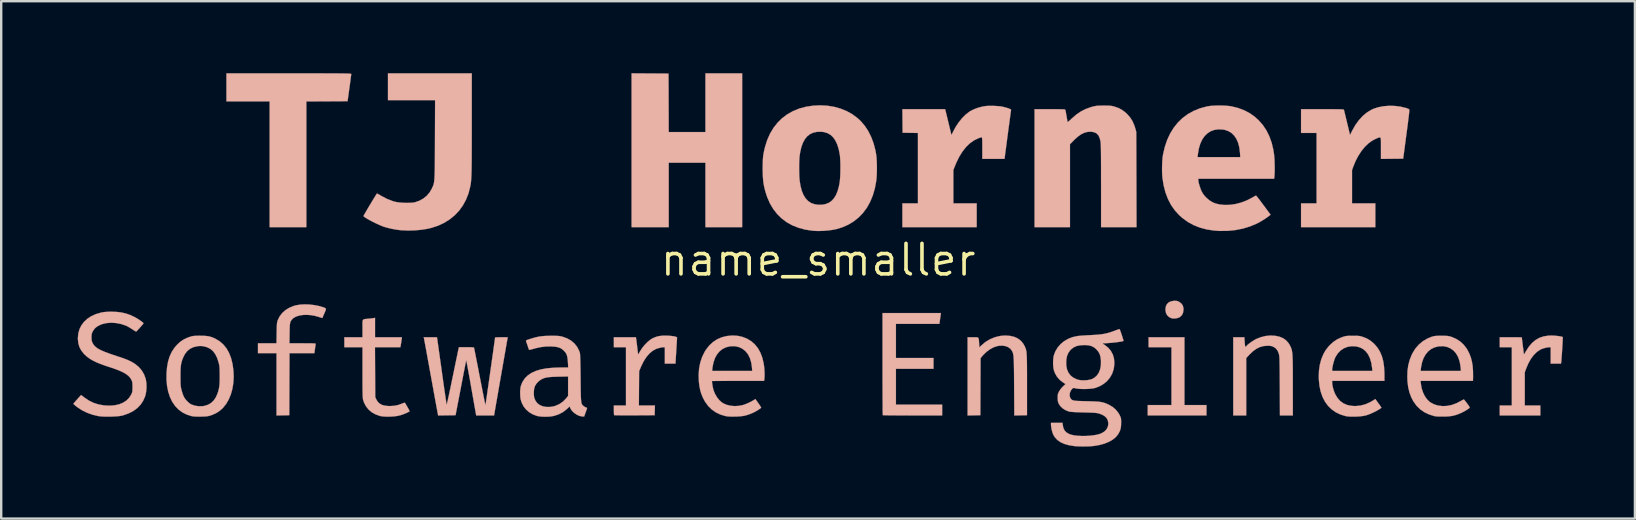
<source format=kicad_pcb>
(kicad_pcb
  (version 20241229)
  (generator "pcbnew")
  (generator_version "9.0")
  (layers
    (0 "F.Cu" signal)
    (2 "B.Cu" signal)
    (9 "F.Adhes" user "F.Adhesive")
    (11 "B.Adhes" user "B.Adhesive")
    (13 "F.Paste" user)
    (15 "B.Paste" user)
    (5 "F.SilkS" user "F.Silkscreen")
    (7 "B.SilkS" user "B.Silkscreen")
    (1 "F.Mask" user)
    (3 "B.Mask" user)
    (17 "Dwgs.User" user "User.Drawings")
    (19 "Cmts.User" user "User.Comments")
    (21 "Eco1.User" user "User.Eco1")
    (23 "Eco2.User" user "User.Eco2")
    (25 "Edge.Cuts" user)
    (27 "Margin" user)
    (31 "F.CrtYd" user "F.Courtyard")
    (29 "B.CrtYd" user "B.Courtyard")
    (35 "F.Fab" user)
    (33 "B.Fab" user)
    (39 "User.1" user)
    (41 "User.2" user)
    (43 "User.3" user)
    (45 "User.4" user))
  (footprint "name_smaller"
    (layer "F.Cu")
    (at 31.031 7.778)
    (property "Reference" "name_smaller" (at 0 0 0) (layer "F.SilkS") (effects (font (size 1.27 1.27) (thickness 0.15))))
    (attr through_hole)
    (fp_poly (pts (xy 15.257 6.045) (xy 16.175 6.045) (xy 16.175 6.477) (xy 13.728 6.477) (xy 13.728 6.045) (xy 14.717 6.045) (xy 14.717 3.634) (xy 13.764 3.634) (xy 13.764 3.221) (xy 15.257 3.221) (xy 15.257 6.045)) (stroke (width 0.01) (type solid)) (fill yes) (layer "B.SilkS"))
    (fp_poly (pts (xy -6.234 -7.763) (xy -6.229 -6.544) (xy -6.225 -5.326) (xy -4.696 -5.326) (xy -4.696 -7.772) (xy -3.167 -7.772) (xy -3.167 -1.367) (xy -4.696 -1.367) (xy -4.696 -4.048) (xy -6.225 -4.048) (xy -6.225 -1.367) (xy -7.772 -1.367) (xy -7.772 -7.773) (xy -6.234 -7.763)) (stroke (width 0.01) (type solid)) (fill yes) (layer "B.SilkS"))
    (fp_poly (pts (xy 14.919 1.705) (xy 14.973 1.716) (xy 15.025 1.739) (xy 15.051 1.755) (xy 15.137 1.824) (xy 15.191 1.908) (xy 15.216 2.011) (xy 15.217 2.089) (xy 15.197 2.207) (xy 15.149 2.302) (xy 15.074 2.373) (xy 15.039 2.394) (xy 14.95 2.425) (xy 14.849 2.439) (xy 14.753 2.435) (xy 14.717 2.427) (xy 14.617 2.379) (xy 14.54 2.306) (xy 14.489 2.211) (xy 14.467 2.095) (xy 14.466 2.064) (xy 14.48 1.946) (xy 14.523 1.849) (xy 14.592 1.776) (xy 14.687 1.727) (xy 14.805 1.704) (xy 14.846 1.702) (xy 14.919 1.705)) (stroke (width 0.01) (type solid)) (fill yes) (layer "B.SilkS"))
    (fp_poly (pts (xy -21.691 -7.772) (xy -21.368 -7.772) (xy -21.077 -7.772) (xy -20.818 -7.772) (xy -20.587 -7.772) (xy -20.384 -7.771) (xy -20.206 -7.771) (xy -20.052 -7.77) (xy -19.921 -7.769) (xy -19.81 -7.768) (xy -19.718 -7.766) (xy -19.643 -7.765) (xy -19.583 -7.763) (xy -19.537 -7.76) (xy -19.503 -7.758) (xy -19.479 -7.755) (xy -19.463 -7.752) (xy -19.454 -7.748) (xy -19.451 -7.744) (xy -19.45 -7.741) (xy -19.453 -7.716) (xy -19.46 -7.66) (xy -19.471 -7.577) (xy -19.485 -7.473) (xy -19.501 -7.351) (xy -19.519 -7.218) (xy -19.527 -7.161) (xy -19.603 -6.612) (xy -20.461 -6.607) (xy -21.32 -6.603) (xy -21.32 -1.367) (xy -22.849 -1.367) (xy -22.849 -6.603) (xy -24.649 -6.603) (xy -24.649 -7.772) (xy -22.049 -7.772) (xy -21.691 -7.772)) (stroke (width 0.01) (type solid)) (fill yes) (layer "B.SilkS"))
    (fp_poly (pts (xy 5.104 2.28) (xy 5.097 2.33) (xy 5.086 2.402) (xy 5.075 2.483) (xy 5.072 2.505) (xy 5.05 2.663) (xy 3.239 2.663) (xy 3.239 4.084) (xy 4.804 4.084) (xy 4.804 4.534) (xy 3.239 4.534) (xy 3.239 6.027) (xy 5.164 6.027) (xy 5.164 6.477) (xy 3.934 6.477) (xy 3.727 6.477) (xy 3.531 6.476) (xy 3.348 6.476) (xy 3.181 6.474) (xy 3.034 6.473) (xy 2.91 6.472) (xy 2.811 6.47) (xy 2.74 6.468) (xy 2.7 6.466) (xy 2.693 6.465) (xy 2.691 6.446) (xy 2.69 6.393) (xy 2.688 6.308) (xy 2.687 6.195) (xy 2.686 6.054) (xy 2.685 5.888) (xy 2.684 5.7) (xy 2.683 5.492) (xy 2.682 5.265) (xy 2.681 5.023) (xy 2.681 4.767) (xy 2.681 4.499) (xy 2.681 4.333) (xy 2.681 2.213) (xy 5.114 2.213) (xy 5.104 2.28)) (stroke (width 0.01) (type solid)) (fill yes) (layer "B.SilkS"))
    (fp_poly (pts (xy -21.197 1.857) (xy -20.997 1.88) (xy -20.803 1.917) (xy -20.678 1.952) (xy -20.597 1.978) (xy -20.542 1.999) (xy -20.513 2.022) (xy -20.506 2.053) (xy -20.518 2.101) (xy -20.547 2.171) (xy -20.571 2.226) (xy -20.656 2.422) (xy -20.804 2.373) (xy -20.976 2.325) (xy -21.148 2.297) (xy -21.317 2.286) (xy -21.477 2.293) (xy -21.622 2.318) (xy -21.749 2.359) (xy -21.851 2.416) (xy -21.898 2.459) (xy -21.933 2.497) (xy -21.96 2.533) (xy -21.98 2.571) (xy -21.994 2.617) (xy -22.004 2.676) (xy -22.011 2.753) (xy -22.015 2.852) (xy -22.017 2.98) (xy -22.018 3.054) (xy -22.024 3.472) (xy -21.473 3.472) (xy -21.318 3.473) (xy -21.195 3.473) (xy -21.1 3.474) (xy -21.031 3.476) (xy -20.983 3.479) (xy -20.952 3.483) (xy -20.936 3.488) (xy -20.93 3.495) (xy -20.931 3.504) (xy -20.937 3.535) (xy -20.946 3.592) (xy -20.956 3.665) (xy -20.962 3.711) (xy -20.985 3.886) (xy -22.022 3.886) (xy -22.031 6.468) (xy -22.296 6.473) (xy -22.562 6.478) (xy -22.562 3.886) (xy -23.335 3.886) (xy -23.335 3.472) (xy -22.564 3.472) (xy -22.557 3.045) (xy -22.555 2.907) (xy -22.552 2.8) (xy -22.548 2.717) (xy -22.543 2.654) (xy -22.537 2.605) (xy -22.528 2.565) (xy -22.517 2.528) (xy -22.51 2.51) (xy -22.433 2.352) (xy -22.326 2.212) (xy -22.192 2.091) (xy -22.032 1.993) (xy -21.85 1.918) (xy -21.747 1.889) (xy -21.582 1.862) (xy -21.396 1.851) (xy -21.197 1.857)) (stroke (width 0.01) (type solid)) (fill yes) (layer "B.SilkS"))
    (fp_poly (pts (xy 7.993 3.163) (xy 8.166 3.203) (xy 8.314 3.27) (xy 8.439 3.364) (xy 8.541 3.485) (xy 8.599 3.588) (xy 8.617 3.628) (xy 8.633 3.665) (xy 8.647 3.703) (xy 8.659 3.744) (xy 8.669 3.792) (xy 8.677 3.848) (xy 8.683 3.915) (xy 8.688 3.997) (xy 8.692 4.096) (xy 8.695 4.215) (xy 8.697 4.356) (xy 8.698 4.522) (xy 8.699 4.715) (xy 8.699 4.94) (xy 8.699 5.197) (xy 8.699 6.468) (xy 8.435 6.473) (xy 8.17 6.478) (xy 8.163 5.268) (xy 8.161 5.017) (xy 8.16 4.799) (xy 8.158 4.612) (xy 8.155 4.453) (xy 8.153 4.319) (xy 8.149 4.207) (xy 8.145 4.115) (xy 8.139 4.04) (xy 8.133 3.98) (xy 8.125 3.931) (xy 8.116 3.89) (xy 8.105 3.856) (xy 8.092 3.826) (xy 8.078 3.796) (xy 8.078 3.795) (xy 8.012 3.704) (xy 7.92 3.635) (xy 7.808 3.59) (xy 7.677 3.57) (xy 7.533 3.576) (xy 7.47 3.587) (xy 7.315 3.636) (xy 7.161 3.718) (xy 7.012 3.827) (xy 6.875 3.961) (xy 6.839 4.003) (xy 6.765 4.092) (xy 6.756 6.468) (xy 6.49 6.473) (xy 6.225 6.478) (xy 6.225 3.221) (xy 6.449 3.221) (xy 6.544 3.22) (xy 6.61 3.222) (xy 6.653 3.233) (xy 6.678 3.257) (xy 6.69 3.3) (xy 6.697 3.368) (xy 6.703 3.463) (xy 6.714 3.643) (xy 6.812 3.548) (xy 6.976 3.412) (xy 7.162 3.302) (xy 7.364 3.219) (xy 7.574 3.167) (xy 7.786 3.149) (xy 7.796 3.149) (xy 7.993 3.163)) (stroke (width 0.01) (type solid)) (fill yes) (layer "B.SilkS"))
    (fp_poly (pts (xy -6.279 3.155) (xy -6.148 3.163) (xy -6.039 3.176) (xy -5.956 3.192) (xy -5.901 3.212) (xy -5.878 3.234) (xy -5.877 3.24) (xy -5.879 3.264) (xy -5.883 3.319) (xy -5.888 3.401) (xy -5.894 3.504) (xy -5.902 3.624) (xy -5.91 3.756) (xy -5.912 3.792) (xy -5.944 4.318) (xy -6.387 4.318) (xy -6.387 3.634) (xy -6.429 3.634) (xy -6.469 3.638) (xy -6.529 3.646) (xy -6.577 3.654) (xy -6.739 3.701) (xy -6.889 3.781) (xy -7.027 3.895) (xy -7.154 4.042) (xy -7.271 4.223) (xy -7.376 4.438) (xy -7.389 4.469) (xy -7.458 4.633) (xy -7.463 5.348) (xy -7.468 6.063) (xy -6.8 6.063) (xy -6.81 6.468) (xy -7.648 6.473) (xy -7.818 6.473) (xy -7.977 6.474) (xy -8.122 6.473) (xy -8.248 6.472) (xy -8.352 6.471) (xy -8.431 6.469) (xy -8.481 6.467) (xy -8.498 6.465) (xy -8.503 6.443) (xy -8.507 6.393) (xy -8.509 6.323) (xy -8.51 6.258) (xy -8.51 6.063) (xy -8.006 6.063) (xy -8.006 3.634) (xy -8.51 3.634) (xy -8.51 3.221) (xy -7.593 3.221) (xy -7.585 3.261) (xy -7.58 3.293) (xy -7.572 3.353) (xy -7.562 3.434) (xy -7.551 3.526) (xy -7.547 3.553) (xy -7.536 3.651) (xy -7.525 3.742) (xy -7.516 3.817) (xy -7.509 3.867) (xy -7.508 3.874) (xy -7.498 3.942) (xy -7.406 3.784) (xy -7.324 3.66) (xy -7.226 3.539) (xy -7.119 3.429) (xy -7.01 3.337) (xy -6.907 3.269) (xy -6.887 3.259) (xy -6.763 3.208) (xy -6.638 3.174) (xy -6.502 3.156) (xy -6.345 3.153) (xy -6.279 3.155)) (stroke (width 0.01) (type solid)) (fill yes) (layer "B.SilkS"))
    (fp_poly (pts (xy 19.053 3.162) (xy 19.226 3.201) (xy 19.375 3.265) (xy 19.499 3.356) (xy 19.6 3.473) (xy 19.656 3.569) (xy 19.677 3.612) (xy 19.696 3.653) (xy 19.711 3.695) (xy 19.725 3.74) (xy 19.736 3.791) (xy 19.745 3.851) (xy 19.753 3.923) (xy 19.759 4.008) (xy 19.763 4.111) (xy 19.767 4.233) (xy 19.769 4.377) (xy 19.771 4.547) (xy 19.772 4.744) (xy 19.772 4.972) (xy 19.772 5.231) (xy 19.773 6.477) (xy 19.235 6.477) (xy 19.229 5.249) (xy 19.227 5.006) (xy 19.226 4.796) (xy 19.225 4.617) (xy 19.223 4.466) (xy 19.221 4.339) (xy 19.219 4.236) (xy 19.217 4.151) (xy 19.214 4.084) (xy 19.21 4.031) (xy 19.206 3.989) (xy 19.201 3.957) (xy 19.195 3.93) (xy 19.191 3.913) (xy 19.148 3.8) (xy 19.092 3.714) (xy 19.018 3.65) (xy 18.968 3.622) (xy 18.913 3.598) (xy 18.864 3.584) (xy 18.806 3.576) (xy 18.728 3.574) (xy 18.704 3.575) (xy 18.546 3.588) (xy 18.397 3.63) (xy 18.253 3.701) (xy 18.112 3.803) (xy 17.969 3.939) (xy 17.956 3.953) (xy 17.83 4.088) (xy 17.83 6.477) (xy 17.29 6.477) (xy 17.29 3.221) (xy 17.754 3.221) (xy 17.767 3.419) (xy 17.775 3.519) (xy 17.784 3.585) (xy 17.795 3.62) (xy 17.809 3.626) (xy 17.826 3.604) (xy 17.829 3.6) (xy 17.859 3.563) (xy 17.914 3.513) (xy 17.986 3.458) (xy 18.068 3.4) (xy 18.153 3.346) (xy 18.233 3.301) (xy 18.251 3.292) (xy 18.441 3.217) (xy 18.639 3.168) (xy 18.835 3.149) (xy 18.855 3.149) (xy 19.053 3.162)) (stroke (width 0.01) (type solid)) (fill yes) (layer "B.SilkS"))
    (fp_poly (pts (xy 30.624 3.151) (xy 30.712 3.158) (xy 30.803 3.168) (xy 30.887 3.18) (xy 30.956 3.193) (xy 31.002 3.206) (xy 31.016 3.213) (xy 31.017 3.232) (xy 31.016 3.282) (xy 31.012 3.356) (xy 31.008 3.45) (xy 31.002 3.558) (xy 30.995 3.674) (xy 30.987 3.793) (xy 30.98 3.909) (xy 30.972 4.017) (xy 30.965 4.112) (xy 30.959 4.188) (xy 30.954 4.239) (xy 30.952 4.251) (xy 30.943 4.318) (xy 30.514 4.318) (xy 30.514 3.634) (xy 30.464 3.635) (xy 30.383 3.643) (xy 30.286 3.663) (xy 30.186 3.692) (xy 30.101 3.726) (xy 30.078 3.737) (xy 29.937 3.833) (xy 29.806 3.962) (xy 29.687 4.123) (xy 29.58 4.313) (xy 29.488 4.531) (xy 29.482 4.548) (xy 29.434 4.68) (xy 29.434 6.063) (xy 30.082 6.063) (xy 30.082 6.477) (xy 28.391 6.477) (xy 28.391 6.063) (xy 28.895 6.063) (xy 28.895 3.634) (xy 28.391 3.634) (xy 28.391 3.221) (xy 28.85 3.221) (xy 28.974 3.221) (xy 29.085 3.221) (xy 29.179 3.222) (xy 29.251 3.223) (xy 29.295 3.224) (xy 29.308 3.225) (xy 29.311 3.243) (xy 29.317 3.292) (xy 29.326 3.365) (xy 29.338 3.458) (xy 29.351 3.564) (xy 29.353 3.58) (xy 29.367 3.689) (xy 29.379 3.784) (xy 29.389 3.861) (xy 29.395 3.915) (xy 29.398 3.939) (xy 29.398 3.94) (xy 29.407 3.929) (xy 29.428 3.894) (xy 29.46 3.84) (xy 29.479 3.808) (xy 29.601 3.618) (xy 29.733 3.463) (xy 29.878 3.34) (xy 30.037 3.248) (xy 30.212 3.187) (xy 30.405 3.155) (xy 30.544 3.149) (xy 30.624 3.151)) (stroke (width 0.01) (type solid)) (fill yes) (layer "B.SilkS"))
    (fp_poly (pts (xy 7.306 -6.418) (xy 7.442 -6.411) (xy 7.568 -6.4) (xy 7.672 -6.384) (xy 7.7 -6.378) (xy 7.836 -6.343) (xy 7.937 -6.311) (xy 8.003 -6.283) (xy 8.034 -6.257) (xy 8.036 -6.246) (xy 8.032 -6.223) (xy 8.024 -6.168) (xy 8.012 -6.083) (xy 7.997 -5.973) (xy 7.979 -5.841) (xy 7.959 -5.689) (xy 7.936 -5.522) (xy 7.912 -5.342) (xy 7.895 -5.213) (xy 7.763 -4.21) (xy 7.3 -4.21) (xy 6.837 -4.21) (xy 6.837 -4.66) (xy 6.837 -4.801) (xy 6.836 -4.909) (xy 6.834 -4.99) (xy 6.831 -5.046) (xy 6.827 -5.082) (xy 6.821 -5.102) (xy 6.813 -5.109) (xy 6.81 -5.11) (xy 6.781 -5.104) (xy 6.729 -5.088) (xy 6.666 -5.065) (xy 6.664 -5.065) (xy 6.488 -4.979) (xy 6.321 -4.86) (xy 6.163 -4.708) (xy 6.017 -4.524) (xy 5.882 -4.31) (xy 5.76 -4.065) (xy 5.692 -3.901) (xy 5.631 -3.744) (xy 5.631 -2.357) (xy 6.603 -2.357) (xy 6.603 -1.367) (xy 3.508 -1.367) (xy 3.508 -2.357) (xy 4.156 -2.357) (xy 4.156 -5.289) (xy 3.837 -5.294) (xy 3.517 -5.299) (xy 3.513 -5.789) (xy 3.508 -6.279) (xy 5.289 -6.279) (xy 5.302 -6.23) (xy 5.309 -6.2) (xy 5.324 -6.14) (xy 5.345 -6.055) (xy 5.37 -5.95) (xy 5.399 -5.83) (xy 5.431 -5.701) (xy 5.433 -5.69) (xy 5.552 -5.2) (xy 5.623 -5.348) (xy 5.731 -5.547) (xy 5.856 -5.734) (xy 5.993 -5.903) (xy 6.138 -6.049) (xy 6.286 -6.166) (xy 6.351 -6.207) (xy 6.486 -6.274) (xy 6.643 -6.334) (xy 6.808 -6.38) (xy 6.944 -6.406) (xy 7.046 -6.416) (xy 7.171 -6.42) (xy 7.306 -6.418)) (stroke (width 0.01) (type solid)) (fill yes) (layer "B.SilkS"))
    (fp_poly (pts (xy 24.022 -6.415) (xy 24.256 -6.385) (xy 24.48 -6.331) (xy 24.488 -6.329) (xy 24.555 -6.306) (xy 24.596 -6.289) (xy 24.616 -6.271) (xy 24.624 -6.248) (xy 24.626 -6.233) (xy 24.624 -6.206) (xy 24.618 -6.146) (xy 24.609 -6.058) (xy 24.595 -5.944) (xy 24.578 -5.808) (xy 24.559 -5.654) (xy 24.537 -5.486) (xy 24.513 -5.305) (xy 24.499 -5.2) (xy 24.369 -4.219) (xy 23.906 -4.214) (xy 23.443 -4.209) (xy 23.443 -4.66) (xy 23.443 -4.804) (xy 23.443 -4.915) (xy 23.441 -4.998) (xy 23.435 -5.054) (xy 23.423 -5.089) (xy 23.405 -5.104) (xy 23.377 -5.105) (xy 23.339 -5.093) (xy 23.289 -5.073) (xy 23.251 -5.057) (xy 23.084 -4.973) (xy 22.922 -4.856) (xy 22.769 -4.708) (xy 22.627 -4.533) (xy 22.497 -4.333) (xy 22.382 -4.112) (xy 22.284 -3.872) (xy 22.238 -3.74) (xy 22.238 -2.357) (xy 23.209 -2.357) (xy 23.209 -1.367) (xy 20.115 -1.367) (xy 20.115 -2.357) (xy 20.762 -2.357) (xy 20.762 -5.29) (xy 20.115 -5.29) (xy 20.115 -6.279) (xy 21.004 -6.279) (xy 21.206 -6.279) (xy 21.375 -6.279) (xy 21.515 -6.278) (xy 21.627 -6.277) (xy 21.715 -6.276) (xy 21.781 -6.274) (xy 21.83 -6.271) (xy 21.863 -6.267) (xy 21.884 -6.263) (xy 21.896 -6.257) (xy 21.901 -6.25) (xy 21.902 -6.248) (xy 21.909 -6.223) (xy 21.922 -6.167) (xy 21.942 -6.086) (xy 21.967 -5.985) (xy 21.995 -5.867) (xy 22.026 -5.738) (xy 22.033 -5.71) (xy 22.155 -5.204) (xy 22.247 -5.389) (xy 22.378 -5.62) (xy 22.525 -5.823) (xy 22.687 -5.999) (xy 22.861 -6.143) (xy 23.047 -6.256) (xy 23.134 -6.296) (xy 23.333 -6.361) (xy 23.553 -6.403) (xy 23.785 -6.421) (xy 24.022 -6.415)) (stroke (width 0.01) (type solid)) (fill yes) (layer "B.SilkS"))
    (fp_poly (pts (xy -18.459 3.221) (xy -17.339 3.221) (xy -17.351 3.315) (xy -17.362 3.388) (xy -17.374 3.472) (xy -17.383 3.522) (xy -17.402 3.634) (xy -18.461 3.634) (xy -18.456 4.673) (xy -18.45 5.712) (xy -18.407 5.808) (xy -18.347 5.908) (xy -18.267 5.985) (xy -18.165 6.04) (xy -18.038 6.073) (xy -17.882 6.087) (xy -17.839 6.087) (xy -17.649 6.075) (xy -17.476 6.037) (xy -17.327 5.981) (xy -17.273 5.959) (xy -17.233 5.949) (xy -17.216 5.95) (xy -17.2 5.973) (xy -17.172 6.018) (xy -17.138 6.078) (xy -17.101 6.142) (xy -17.066 6.205) (xy -17.039 6.257) (xy -17.022 6.29) (xy -17.02 6.297) (xy -17.036 6.315) (xy -17.08 6.341) (xy -17.144 6.372) (xy -17.222 6.405) (xy -17.308 6.438) (xy -17.395 6.466) (xy -17.407 6.47) (xy -17.525 6.497) (xy -17.665 6.516) (xy -17.816 6.526) (xy -17.966 6.528) (xy -18.107 6.521) (xy -18.226 6.504) (xy -18.255 6.498) (xy -18.435 6.435) (xy -18.593 6.346) (xy -18.729 6.231) (xy -18.838 6.093) (xy -18.92 5.934) (xy -18.955 5.827) (xy -18.961 5.8) (xy -18.966 5.762) (xy -18.97 5.711) (xy -18.973 5.644) (xy -18.975 5.559) (xy -18.978 5.452) (xy -18.979 5.32) (xy -18.98 5.162) (xy -18.981 4.974) (xy -18.981 4.754) (xy -18.981 4.682) (xy -18.981 3.634) (xy -19.737 3.634) (xy -19.737 3.221) (xy -18.981 3.221) (xy -18.981 2.852) (xy -18.982 2.726) (xy -18.982 2.631) (xy -18.979 2.563) (xy -18.969 2.517) (xy -18.95 2.488) (xy -18.918 2.47) (xy -18.871 2.461) (xy -18.804 2.455) (xy -18.72 2.447) (xy -18.639 2.438) (xy -18.568 2.429) (xy -18.517 2.422) (xy -18.5 2.419) (xy -18.459 2.41) (xy -18.459 3.221)) (stroke (width 0.01) (type solid)) (fill yes) (layer "B.SilkS"))
    (fp_poly (pts (xy 12.012 -6.428) (xy 12.105 -6.426) (xy 12.178 -6.421) (xy 12.24 -6.412) (xy 12.299 -6.399) (xy 12.33 -6.391) (xy 12.504 -6.331) (xy 12.655 -6.252) (xy 12.796 -6.146) (xy 12.875 -6.072) (xy 12.997 -5.932) (xy 13.094 -5.779) (xy 13.17 -5.605) (xy 13.21 -5.478) (xy 13.25 -5.335) (xy 13.256 -3.351) (xy 13.261 -1.367) (xy 11.785 -1.367) (xy 11.785 -3.095) (xy 11.784 -3.389) (xy 11.784 -3.65) (xy 11.784 -3.878) (xy 11.783 -4.078) (xy 11.782 -4.25) (xy 11.781 -4.398) (xy 11.78 -4.523) (xy 11.778 -4.627) (xy 11.776 -4.714) (xy 11.773 -4.784) (xy 11.77 -4.841) (xy 11.767 -4.887) (xy 11.763 -4.923) (xy 11.758 -4.952) (xy 11.757 -4.962) (xy 11.72 -5.095) (xy 11.669 -5.196) (xy 11.6 -5.268) (xy 11.512 -5.315) (xy 11.401 -5.338) (xy 11.374 -5.341) (xy 11.237 -5.336) (xy 11.103 -5.305) (xy 10.971 -5.244) (xy 10.836 -5.152) (xy 10.695 -5.028) (xy 10.647 -4.98) (xy 10.489 -4.819) (xy 10.489 -1.367) (xy 9.014 -1.367) (xy 9.014 -6.279) (xy 9.651 -6.279) (xy 9.82 -6.279) (xy 9.956 -6.279) (xy 10.064 -6.278) (xy 10.146 -6.276) (xy 10.206 -6.274) (xy 10.247 -6.27) (xy 10.274 -6.266) (xy 10.289 -6.26) (xy 10.296 -6.252) (xy 10.298 -6.248) (xy 10.305 -6.219) (xy 10.315 -6.162) (xy 10.329 -6.085) (xy 10.345 -5.997) (xy 10.347 -5.982) (xy 10.362 -5.895) (xy 10.376 -5.821) (xy 10.386 -5.768) (xy 10.392 -5.743) (xy 10.393 -5.741) (xy 10.407 -5.75) (xy 10.442 -5.78) (xy 10.493 -5.825) (xy 10.554 -5.882) (xy 10.559 -5.887) (xy 10.749 -6.052) (xy 10.942 -6.184) (xy 11.145 -6.287) (xy 11.364 -6.366) (xy 11.423 -6.382) (xy 11.494 -6.4) (xy 11.559 -6.413) (xy 11.625 -6.421) (xy 11.701 -6.426) (xy 11.798 -6.428) (xy 11.892 -6.429) (xy 12.012 -6.428)) (stroke (width 0.01) (type solid)) (fill yes) (layer "B.SilkS"))
    (fp_poly (pts (xy -14.429 -5.669) (xy -14.429 -5.332) (xy -14.43 -5.028) (xy -14.43 -4.756) (xy -14.431 -4.513) (xy -14.432 -4.298) (xy -14.433 -4.109) (xy -14.435 -3.942) (xy -14.437 -3.797) (xy -14.44 -3.671) (xy -14.443 -3.561) (xy -14.447 -3.467) (xy -14.452 -3.385) (xy -14.457 -3.313) (xy -14.463 -3.25) (xy -14.47 -3.193) (xy -14.478 -3.14) (xy -14.487 -3.089) (xy -14.495 -3.05) (xy -14.567 -2.769) (xy -14.67 -2.509) (xy -14.8 -2.27) (xy -14.958 -2.052) (xy -15.143 -1.858) (xy -15.352 -1.687) (xy -15.585 -1.543) (xy -15.841 -1.424) (xy -16.119 -1.334) (xy -16.281 -1.296) (xy -16.535 -1.256) (xy -16.808 -1.232) (xy -17.086 -1.225) (xy -17.354 -1.237) (xy -17.432 -1.244) (xy -17.596 -1.266) (xy -17.769 -1.298) (xy -17.936 -1.338) (xy -18.075 -1.378) (xy -18.162 -1.41) (xy -18.263 -1.452) (xy -18.372 -1.501) (xy -18.485 -1.555) (xy -18.596 -1.611) (xy -18.699 -1.666) (xy -18.791 -1.718) (xy -18.864 -1.764) (xy -18.916 -1.801) (xy -18.939 -1.827) (xy -18.939 -1.827) (xy -18.932 -1.845) (xy -18.908 -1.89) (xy -18.871 -1.955) (xy -18.823 -2.037) (xy -18.768 -2.132) (xy -18.708 -2.234) (xy -18.645 -2.338) (xy -18.583 -2.441) (xy -18.524 -2.538) (xy -18.471 -2.624) (xy -18.427 -2.694) (xy -18.395 -2.744) (xy -18.378 -2.768) (xy -18.361 -2.761) (xy -18.321 -2.74) (xy -18.263 -2.707) (xy -18.21 -2.675) (xy -17.963 -2.544) (xy -17.716 -2.449) (xy -17.635 -2.426) (xy -17.539 -2.406) (xy -17.42 -2.391) (xy -17.288 -2.381) (xy -17.153 -2.376) (xy -17.024 -2.377) (xy -16.909 -2.384) (xy -16.818 -2.397) (xy -16.804 -2.4) (xy -16.617 -2.464) (xy -16.45 -2.555) (xy -16.304 -2.673) (xy -16.184 -2.814) (xy -16.103 -2.953) (xy -16.081 -2.998) (xy -16.062 -3.039) (xy -16.045 -3.077) (xy -16.03 -3.116) (xy -16.017 -3.157) (xy -16.007 -3.203) (xy -15.997 -3.257) (xy -15.99 -3.32) (xy -15.984 -3.396) (xy -15.979 -3.486) (xy -15.975 -3.593) (xy -15.972 -3.72) (xy -15.969 -3.868) (xy -15.968 -4.041) (xy -15.966 -4.24) (xy -15.965 -4.468) (xy -15.964 -4.727) (xy -15.963 -5.006) (xy -15.957 -6.657) (xy -17.92 -6.657) (xy -17.92 -7.772) (xy -14.429 -7.772) (xy -14.429 -5.669)) (stroke (width 0.01) (type solid)) (fill yes) (layer "B.SilkS"))
    (fp_poly (pts (xy 22.376 3.159) (xy 22.461 3.161) (xy 22.527 3.167) (xy 22.584 3.176) (xy 22.64 3.191) (xy 22.669 3.199) (xy 22.844 3.267) (xy 22.996 3.355) (xy 23.138 3.472) (xy 23.173 3.507) (xy 23.3 3.656) (xy 23.403 3.823) (xy 23.482 4.011) (xy 23.539 4.221) (xy 23.573 4.457) (xy 23.587 4.719) (xy 23.587 4.762) (xy 23.587 5.038) (xy 21.41 5.038) (xy 21.41 5.101) (xy 21.419 5.207) (xy 21.445 5.329) (xy 21.483 5.457) (xy 21.531 5.576) (xy 21.539 5.595) (xy 21.633 5.751) (xy 21.746 5.877) (xy 21.88 5.974) (xy 22.034 6.041) (xy 22.209 6.078) (xy 22.375 6.087) (xy 22.588 6.067) (xy 22.793 6.014) (xy 22.993 5.926) (xy 23.107 5.859) (xy 23.209 5.794) (xy 23.277 5.888) (xy 23.35 5.988) (xy 23.403 6.063) (xy 23.438 6.114) (xy 23.456 6.145) (xy 23.46 6.159) (xy 23.46 6.159) (xy 23.375 6.219) (xy 23.265 6.283) (xy 23.14 6.347) (xy 23.011 6.405) (xy 22.886 6.453) (xy 22.804 6.478) (xy 22.712 6.497) (xy 22.595 6.512) (xy 22.464 6.522) (xy 22.327 6.527) (xy 22.196 6.526) (xy 22.079 6.52) (xy 21.987 6.508) (xy 21.975 6.505) (xy 21.757 6.439) (xy 21.561 6.345) (xy 21.388 6.223) (xy 21.238 6.076) (xy 21.111 5.902) (xy 21.009 5.705) (xy 20.932 5.483) (xy 20.881 5.239) (xy 20.855 4.973) (xy 20.852 4.847) (xy 20.862 4.624) (xy 21.41 4.624) (xy 23.087 4.624) (xy 23.075 4.502) (xy 23.041 4.286) (xy 22.986 4.098) (xy 22.911 3.94) (xy 22.815 3.811) (xy 22.699 3.711) (xy 22.563 3.642) (xy 22.406 3.601) (xy 22.395 3.6) (xy 22.22 3.593) (xy 22.056 3.619) (xy 21.904 3.677) (xy 21.768 3.766) (xy 21.652 3.883) (xy 21.557 4.028) (xy 21.541 4.059) (xy 21.51 4.137) (xy 21.478 4.235) (xy 21.45 4.34) (xy 21.427 4.443) (xy 21.413 4.53) (xy 21.41 4.574) (xy 21.41 4.624) (xy 20.862 4.624) (xy 20.863 4.601) (xy 20.895 4.375) (xy 20.951 4.162) (xy 20.97 4.105) (xy 21.049 3.917) (xy 21.143 3.754) (xy 21.26 3.605) (xy 21.328 3.534) (xy 21.471 3.406) (xy 21.621 3.308) (xy 21.788 3.23) (xy 21.857 3.206) (xy 21.916 3.187) (xy 21.969 3.174) (xy 22.026 3.166) (xy 22.094 3.161) (xy 22.184 3.159) (xy 22.265 3.159) (xy 22.376 3.159)) (stroke (width 0.01) (type solid)) (fill yes) (layer "B.SilkS"))
    (fp_poly (pts (xy 26.072 3.16) (xy 26.155 3.162) (xy 26.219 3.167) (xy 26.273 3.175) (xy 26.324 3.188) (xy 26.383 3.207) (xy 26.385 3.207) (xy 26.578 3.29) (xy 26.749 3.401) (xy 26.897 3.539) (xy 27.023 3.705) (xy 27.125 3.899) (xy 27.191 4.075) (xy 27.233 4.238) (xy 27.262 4.416) (xy 27.277 4.613) (xy 27.28 4.837) (xy 27.279 4.907) (xy 27.275 5.038) (xy 25.093 5.038) (xy 25.105 5.152) (xy 25.136 5.337) (xy 25.19 5.509) (xy 25.264 5.664) (xy 25.355 5.797) (xy 25.46 5.902) (xy 25.504 5.934) (xy 25.661 6.017) (xy 25.832 6.068) (xy 26.014 6.089) (xy 26.204 6.08) (xy 26.397 6.04) (xy 26.59 5.969) (xy 26.738 5.893) (xy 26.802 5.857) (xy 26.855 5.829) (xy 26.889 5.813) (xy 26.895 5.811) (xy 26.911 5.825) (xy 26.941 5.861) (xy 26.982 5.912) (xy 27.027 5.972) (xy 27.07 6.032) (xy 27.108 6.086) (xy 27.134 6.127) (xy 27.142 6.142) (xy 27.132 6.162) (xy 27.095 6.193) (xy 27.038 6.232) (xy 26.968 6.276) (xy 26.889 6.32) (xy 26.81 6.36) (xy 26.754 6.385) (xy 26.631 6.435) (xy 26.52 6.471) (xy 26.412 6.496) (xy 26.296 6.512) (xy 26.161 6.521) (xy 26.061 6.524) (xy 25.91 6.524) (xy 25.79 6.52) (xy 25.701 6.511) (xy 25.674 6.506) (xy 25.452 6.438) (xy 25.253 6.343) (xy 25.077 6.221) (xy 24.926 6.072) (xy 24.797 5.895) (xy 24.712 5.735) (xy 24.632 5.525) (xy 24.577 5.296) (xy 24.548 5.045) (xy 24.541 4.849) (xy 24.55 4.624) (xy 25.095 4.624) (xy 26.775 4.624) (xy 26.762 4.484) (xy 26.75 4.392) (xy 26.733 4.291) (xy 26.716 4.213) (xy 26.657 4.043) (xy 26.574 3.897) (xy 26.469 3.778) (xy 26.345 3.687) (xy 26.203 3.625) (xy 26.047 3.594) (xy 25.877 3.596) (xy 25.845 3.6) (xy 25.681 3.64) (xy 25.535 3.71) (xy 25.408 3.81) (xy 25.302 3.937) (xy 25.216 4.092) (xy 25.153 4.272) (xy 25.112 4.478) (xy 25.108 4.511) (xy 25.095 4.624) (xy 24.55 4.624) (xy 24.551 4.605) (xy 24.582 4.382) (xy 24.638 4.173) (xy 24.718 3.968) (xy 24.762 3.877) (xy 24.876 3.693) (xy 25.018 3.529) (xy 25.182 3.39) (xy 25.367 3.279) (xy 25.539 3.207) (xy 25.598 3.189) (xy 25.65 3.175) (xy 25.704 3.167) (xy 25.767 3.162) (xy 25.85 3.16) (xy 25.959 3.159) (xy 25.962 3.159) (xy 26.072 3.16)) (stroke (width 0.01) (type solid)) (fill yes) (layer "B.SilkS"))
    (fp_poly (pts (xy -3.345 3.162) (xy -3.152 3.206) (xy -2.963 3.281) (xy -2.955 3.285) (xy -2.784 3.388) (xy -2.636 3.519) (xy -2.51 3.677) (xy -2.407 3.862) (xy -2.327 4.072) (xy -2.271 4.308) (xy -2.25 4.455) (xy -2.239 4.574) (xy -2.233 4.698) (xy -2.232 4.815) (xy -2.236 4.914) (xy -2.243 4.97) (xy -2.254 5.038) (xy -3.34 5.038) (xy -3.534 5.038) (xy -3.717 5.038) (xy -3.885 5.039) (xy -4.037 5.039) (xy -4.168 5.04) (xy -4.275 5.041) (xy -4.356 5.043) (xy -4.408 5.044) (xy -4.426 5.045) (xy -4.426 5.045) (xy -4.422 5.09) (xy -4.413 5.158) (xy -4.4 5.238) (xy -4.385 5.318) (xy -4.37 5.386) (xy -4.36 5.424) (xy -4.297 5.578) (xy -4.215 5.72) (xy -4.117 5.842) (xy -4.008 5.938) (xy -3.962 5.968) (xy -3.823 6.031) (xy -3.664 6.071) (xy -3.492 6.088) (xy -3.317 6.08) (xy -3.145 6.048) (xy -3.142 6.047) (xy -3.038 6.012) (xy -2.919 5.963) (xy -2.8 5.905) (xy -2.695 5.846) (xy -2.671 5.831) (xy -2.616 5.794) (xy -2.495 5.964) (xy -2.448 6.032) (xy -2.409 6.09) (xy -2.383 6.132) (xy -2.375 6.15) (xy -2.39 6.17) (xy -2.43 6.201) (xy -2.488 6.24) (xy -2.558 6.283) (xy -2.633 6.325) (xy -2.706 6.361) (xy -2.721 6.368) (xy -2.858 6.426) (xy -2.985 6.468) (xy -3.11 6.497) (xy -3.247 6.514) (xy -3.405 6.523) (xy -3.445 6.524) (xy -3.608 6.525) (xy -3.736 6.52) (xy -3.832 6.509) (xy -3.85 6.505) (xy -4.064 6.444) (xy -4.257 6.352) (xy -4.43 6.232) (xy -4.582 6.082) (xy -4.712 5.904) (xy -4.796 5.748) (xy -4.86 5.598) (xy -4.908 5.445) (xy -4.943 5.279) (xy -4.967 5.09) (xy -4.969 5.069) (xy -4.979 4.791) (xy -4.967 4.624) (xy -4.419 4.624) (xy -2.747 4.624) (xy -2.758 4.48) (xy -2.787 4.277) (xy -2.84 4.098) (xy -2.915 3.943) (xy -3.013 3.816) (xy -3.028 3.8) (xy -3.155 3.699) (xy -3.297 3.631) (xy -3.453 3.595) (xy -3.623 3.593) (xy -3.679 3.599) (xy -3.84 3.639) (xy -3.984 3.709) (xy -4.109 3.808) (xy -4.214 3.935) (xy -4.299 4.089) (xy -4.361 4.269) (xy -4.401 4.473) (xy -4.404 4.493) (xy -4.419 4.624) (xy -4.967 4.624) (xy -4.96 4.523) (xy -4.91 4.27) (xy -4.83 4.034) (xy -4.722 3.816) (xy -4.674 3.74) (xy -4.537 3.564) (xy -4.38 3.419) (xy -4.205 3.304) (xy -4.012 3.221) (xy -3.802 3.169) (xy -3.577 3.149) (xy -3.551 3.149) (xy -3.345 3.162)) (stroke (width 0.01) (type solid)) (fill yes) (layer "B.SilkS"))
    (fp_poly (pts (xy 0.383 -6.424) (xy 0.667 -6.378) (xy 0.937 -6.302) (xy 1.191 -6.198) (xy 1.426 -6.067) (xy 1.64 -5.908) (xy 1.772 -5.785) (xy 1.94 -5.589) (xy 2.087 -5.366) (xy 2.21 -5.119) (xy 2.31 -4.852) (xy 2.384 -4.567) (xy 2.418 -4.378) (xy 2.432 -4.247) (xy 2.441 -4.092) (xy 2.446 -3.921) (xy 2.446 -3.745) (xy 2.442 -3.573) (xy 2.432 -3.417) (xy 2.419 -3.292) (xy 2.361 -2.979) (xy 2.276 -2.688) (xy 2.166 -2.422) (xy 2.031 -2.179) (xy 1.871 -1.962) (xy 1.688 -1.771) (xy 1.481 -1.606) (xy 1.252 -1.468) (xy 1.001 -1.358) (xy 0.769 -1.287) (xy 0.601 -1.253) (xy 0.411 -1.228) (xy 0.211 -1.212) (xy 0.012 -1.206) (xy -0.172 -1.212) (xy -0.234 -1.218) (xy -0.535 -1.263) (xy -0.815 -1.338) (xy -1.073 -1.44) (xy -1.308 -1.57) (xy -1.519 -1.728) (xy -1.707 -1.912) (xy -1.871 -2.122) (xy -2.011 -2.359) (xy -2.125 -2.622) (xy -2.195 -2.836) (xy -2.233 -2.982) (xy -2.263 -3.119) (xy -2.284 -3.254) (xy -2.298 -3.397) (xy -2.307 -3.556) (xy -2.311 -3.739) (xy -2.311 -3.814) (xy -2.311 -3.822) (xy -0.793 -3.822) (xy -0.791 -3.672) (xy -0.788 -3.531) (xy -0.781 -3.407) (xy -0.773 -3.31) (xy -0.735 -3.078) (xy -0.682 -2.877) (xy -0.612 -2.708) (xy -0.526 -2.569) (xy -0.423 -2.459) (xy -0.303 -2.377) (xy -0.287 -2.369) (xy -0.148 -2.32) (xy 0.008 -2.297) (xy 0.171 -2.301) (xy 0.297 -2.324) (xy 0.432 -2.374) (xy 0.55 -2.452) (xy 0.652 -2.559) (xy 0.738 -2.696) (xy 0.808 -2.863) (xy 0.864 -3.063) (xy 0.893 -3.214) (xy 0.906 -3.318) (xy 0.916 -3.449) (xy 0.923 -3.599) (xy 0.926 -3.759) (xy 0.927 -3.921) (xy 0.924 -4.077) (xy 0.917 -4.218) (xy 0.908 -4.335) (xy 0.902 -4.381) (xy 0.857 -4.61) (xy 0.796 -4.807) (xy 0.719 -4.972) (xy 0.626 -5.106) (xy 0.516 -5.21) (xy 0.388 -5.283) (xy 0.242 -5.327) (xy 0.129 -5.34) (xy -0.045 -5.336) (xy -0.2 -5.304) (xy -0.335 -5.244) (xy -0.453 -5.154) (xy -0.552 -5.034) (xy -0.634 -4.884) (xy -0.7 -4.704) (xy -0.749 -4.491) (xy -0.774 -4.329) (xy -0.782 -4.234) (xy -0.788 -4.111) (xy -0.792 -3.971) (xy -0.793 -3.822) (xy -2.311 -3.822) (xy -2.31 -3.981) (xy -2.306 -4.12) (xy -2.299 -4.24) (xy -2.288 -4.348) (xy -2.271 -4.454) (xy -2.248 -4.564) (xy -2.218 -4.688) (xy -2.213 -4.708) (xy -2.122 -4.996) (xy -2.005 -5.261) (xy -1.861 -5.501) (xy -1.693 -5.716) (xy -1.502 -5.904) (xy -1.287 -6.066) (xy -1.05 -6.199) (xy -0.793 -6.304) (xy -0.515 -6.38) (xy -0.219 -6.425) (xy 0.087 -6.44) (xy 0.383 -6.424)) (stroke (width 0.01) (type solid)) (fill yes) (layer "B.SilkS"))
    (fp_poly (pts (xy 16.925 -6.427) (xy 17.065 -6.418) (xy 17.182 -6.403) (xy 17.209 -6.399) (xy 17.487 -6.33) (xy 17.739 -6.237) (xy 17.968 -6.118) (xy 18.175 -5.974) (xy 18.344 -5.822) (xy 18.521 -5.621) (xy 18.67 -5.399) (xy 18.792 -5.154) (xy 18.889 -4.887) (xy 18.959 -4.595) (xy 18.989 -4.403) (xy 19 -4.295) (xy 19.009 -4.163) (xy 19.014 -4.017) (xy 19.017 -3.868) (xy 19.017 -3.724) (xy 19.013 -3.596) (xy 19.006 -3.494) (xy 19.006 -3.493) (xy 18.994 -3.382) (xy 15.833 -3.382) (xy 15.833 -3.336) (xy 15.839 -3.274) (xy 15.858 -3.19) (xy 15.885 -3.093) (xy 15.918 -2.994) (xy 15.953 -2.902) (xy 15.972 -2.861) (xy 16.026 -2.763) (xy 16.094 -2.673) (xy 16.164 -2.598) (xy 16.288 -2.49) (xy 16.419 -2.407) (xy 16.563 -2.348) (xy 16.727 -2.31) (xy 16.913 -2.291) (xy 17.143 -2.294) (xy 17.381 -2.328) (xy 17.622 -2.391) (xy 17.859 -2.482) (xy 18.086 -2.599) (xy 18.116 -2.617) (xy 18.172 -2.649) (xy 18.216 -2.672) (xy 18.239 -2.681) (xy 18.254 -2.667) (xy 18.288 -2.627) (xy 18.336 -2.566) (xy 18.397 -2.488) (xy 18.467 -2.394) (xy 18.544 -2.291) (xy 18.551 -2.282) (xy 18.844 -1.884) (xy 18.791 -1.841) (xy 18.707 -1.778) (xy 18.602 -1.706) (xy 18.487 -1.634) (xy 18.372 -1.568) (xy 18.288 -1.523) (xy 18.001 -1.401) (xy 17.697 -1.307) (xy 17.378 -1.244) (xy 17.05 -1.211) (xy 16.714 -1.209) (xy 16.489 -1.225) (xy 16.184 -1.272) (xy 15.901 -1.347) (xy 15.639 -1.451) (xy 15.396 -1.585) (xy 15.172 -1.748) (xy 15.038 -1.867) (xy 14.855 -2.068) (xy 14.699 -2.292) (xy 14.57 -2.54) (xy 14.467 -2.812) (xy 14.39 -3.108) (xy 14.34 -3.429) (xy 14.338 -3.454) (xy 14.329 -3.581) (xy 14.325 -3.729) (xy 14.326 -3.888) (xy 14.331 -4.047) (xy 14.341 -4.197) (xy 14.351 -4.282) (xy 15.803 -4.282) (xy 17.583 -4.282) (xy 17.572 -4.457) (xy 17.546 -4.675) (xy 17.498 -4.867) (xy 17.428 -5.032) (xy 17.336 -5.171) (xy 17.224 -5.283) (xy 17.091 -5.365) (xy 16.94 -5.418) (xy 16.852 -5.433) (xy 16.669 -5.441) (xy 16.5 -5.416) (xy 16.348 -5.361) (xy 16.213 -5.274) (xy 16.095 -5.158) (xy 15.996 -5.013) (xy 15.916 -4.84) (xy 15.857 -4.64) (xy 15.818 -4.412) (xy 15.803 -4.282) (xy 14.351 -4.282) (xy 14.355 -4.327) (xy 14.365 -4.387) (xy 14.438 -4.703) (xy 14.536 -4.994) (xy 14.66 -5.261) (xy 14.808 -5.503) (xy 14.98 -5.719) (xy 15.176 -5.909) (xy 15.394 -6.071) (xy 15.635 -6.206) (xy 15.897 -6.313) (xy 16.181 -6.39) (xy 16.222 -6.399) (xy 16.33 -6.415) (xy 16.464 -6.425) (xy 16.615 -6.431) (xy 16.771 -6.432) (xy 16.925 -6.427)) (stroke (width 0.01) (type solid)) (fill yes) (layer "B.SilkS"))
    (fp_poly (pts (xy -25.6 3.16) (xy -25.48 3.168) (xy -25.378 3.183) (xy -25.285 3.208) (xy -25.191 3.244) (xy -25.107 3.283) (xy -24.931 3.389) (xy -24.778 3.523) (xy -24.647 3.683) (xy -24.541 3.871) (xy -24.457 4.086) (xy -24.396 4.329) (xy -24.358 4.599) (xy -24.357 4.612) (xy -24.346 4.875) (xy -24.362 5.13) (xy -24.402 5.373) (xy -24.466 5.601) (xy -24.552 5.809) (xy -24.66 5.996) (xy -24.789 6.157) (xy -24.844 6.211) (xy -24.962 6.309) (xy -25.088 6.386) (xy -25.232 6.45) (xy -25.287 6.47) (xy -25.348 6.489) (xy -25.402 6.503) (xy -25.46 6.512) (xy -25.529 6.519) (xy -25.618 6.522) (xy -25.71 6.525) (xy -25.863 6.525) (xy -25.983 6.521) (xy -26.072 6.51) (xy -26.097 6.506) (xy -26.3 6.442) (xy -26.484 6.35) (xy -26.646 6.229) (xy -26.787 6.082) (xy -26.906 5.908) (xy -27.001 5.711) (xy -27.074 5.489) (xy -27.122 5.246) (xy -27.145 4.981) (xy -27.145 4.858) (xy -26.563 4.858) (xy -26.563 4.992) (xy -26.561 5.096) (xy -26.558 5.178) (xy -26.554 5.243) (xy -26.547 5.298) (xy -26.537 5.35) (xy -26.524 5.406) (xy -26.516 5.435) (xy -26.49 5.523) (xy -26.46 5.61) (xy -26.431 5.681) (xy -26.421 5.703) (xy -26.369 5.786) (xy -26.298 5.87) (xy -26.22 5.946) (xy -26.143 6.003) (xy -26.115 6.018) (xy -25.966 6.07) (xy -25.803 6.095) (xy -25.638 6.091) (xy -25.563 6.079) (xy -25.413 6.031) (xy -25.284 5.955) (xy -25.176 5.851) (xy -25.087 5.717) (xy -25.022 5.568) (xy -24.991 5.476) (xy -24.968 5.388) (xy -24.951 5.299) (xy -24.939 5.201) (xy -24.932 5.087) (xy -24.929 4.951) (xy -24.929 4.813) (xy -24.93 4.683) (xy -24.932 4.582) (xy -24.936 4.502) (xy -24.941 4.438) (xy -24.949 4.381) (xy -24.961 4.326) (xy -24.977 4.264) (xy -24.978 4.259) (xy -25.039 4.074) (xy -25.116 3.92) (xy -25.211 3.796) (xy -25.323 3.702) (xy -25.456 3.635) (xy -25.609 3.595) (xy -25.61 3.595) (xy -25.706 3.584) (xy -25.801 3.587) (xy -25.869 3.596) (xy -26.029 3.635) (xy -26.165 3.7) (xy -26.28 3.794) (xy -26.375 3.916) (xy -26.431 4.021) (xy -26.472 4.114) (xy -26.503 4.2) (xy -26.527 4.287) (xy -26.544 4.381) (xy -26.555 4.489) (xy -26.561 4.616) (xy -26.563 4.77) (xy -26.563 4.858) (xy -27.145 4.858) (xy -27.144 4.732) (xy -27.122 4.467) (xy -27.079 4.229) (xy -27.013 4.015) (xy -26.923 3.823) (xy -26.809 3.651) (xy -26.691 3.517) (xy -26.562 3.402) (xy -26.429 3.313) (xy -26.279 3.242) (xy -26.16 3.2) (xy -26.102 3.183) (xy -26.047 3.171) (xy -25.986 3.164) (xy -25.912 3.16) (xy -25.816 3.158) (xy -25.746 3.158) (xy -25.6 3.16)) (stroke (width 0.01) (type solid)) (fill yes) (layer "B.SilkS"))
    (fp_poly (pts (xy -29.221 2.165) (xy -29.023 2.189) (xy -28.84 2.23) (xy -28.661 2.292) (xy -28.479 2.377) (xy -28.469 2.382) (xy -28.395 2.423) (xy -28.318 2.471) (xy -28.244 2.52) (xy -28.18 2.566) (xy -28.132 2.605) (xy -28.106 2.633) (xy -28.103 2.641) (xy -28.115 2.658) (xy -28.145 2.696) (xy -28.189 2.747) (xy -28.24 2.805) (xy -28.293 2.864) (xy -28.342 2.917) (xy -28.381 2.958) (xy -28.405 2.981) (xy -28.408 2.983) (xy -28.428 2.976) (xy -28.471 2.952) (xy -28.529 2.915) (xy -28.582 2.881) (xy -28.661 2.83) (xy -28.741 2.784) (xy -28.81 2.747) (xy -28.841 2.734) (xy -29.045 2.667) (xy -29.252 2.627) (xy -29.454 2.615) (xy -29.648 2.63) (xy -29.827 2.673) (xy -29.926 2.713) (xy -30.045 2.779) (xy -30.134 2.855) (xy -30.202 2.948) (xy -30.221 2.983) (xy -30.248 3.044) (xy -30.263 3.099) (xy -30.269 3.164) (xy -30.27 3.23) (xy -30.267 3.312) (xy -30.258 3.374) (xy -30.239 3.428) (xy -30.221 3.466) (xy -30.186 3.525) (xy -30.144 3.579) (xy -30.091 3.63) (xy -30.024 3.679) (xy -29.941 3.728) (xy -29.839 3.777) (xy -29.715 3.83) (xy -29.565 3.887) (xy -29.387 3.949) (xy -29.179 4.018) (xy -29.111 4.04) (xy -28.935 4.1) (xy -28.788 4.156) (xy -28.662 4.213) (xy -28.551 4.272) (xy -28.462 4.328) (xy -28.308 4.451) (xy -28.182 4.596) (xy -28.083 4.761) (xy -28.016 4.943) (xy -28.002 5.002) (xy -27.983 5.137) (xy -27.978 5.287) (xy -27.987 5.439) (xy -28.009 5.58) (xy -28.036 5.682) (xy -28.119 5.868) (xy -28.228 6.032) (xy -28.365 6.173) (xy -28.529 6.293) (xy -28.723 6.392) (xy -28.945 6.47) (xy -28.98 6.48) (xy -29.064 6.497) (xy -29.175 6.51) (xy -29.306 6.519) (xy -29.448 6.525) (xy -29.593 6.527) (xy -29.733 6.525) (xy -29.86 6.518) (xy -29.966 6.507) (xy -29.99 6.503) (xy -30.229 6.446) (xy -30.461 6.362) (xy -30.678 6.254) (xy -30.874 6.124) (xy -30.954 6.059) (xy -31.026 5.996) (xy -30.978 5.935) (xy -30.944 5.894) (xy -30.894 5.837) (xy -30.837 5.773) (xy -30.816 5.75) (xy -30.702 5.626) (xy -30.567 5.73) (xy -30.383 5.855) (xy -30.192 5.95) (xy -29.988 6.016) (xy -29.764 6.057) (xy -29.703 6.063) (xy -29.489 6.071) (xy -29.291 6.053) (xy -29.11 6.011) (xy -28.951 5.945) (xy -28.814 5.856) (xy -28.703 5.746) (xy -28.621 5.617) (xy -28.595 5.563) (xy -28.578 5.518) (xy -28.568 5.474) (xy -28.564 5.418) (xy -28.562 5.342) (xy -28.562 5.29) (xy -28.563 5.196) (xy -28.567 5.128) (xy -28.574 5.078) (xy -28.587 5.036) (xy -28.605 4.997) (xy -28.655 4.914) (xy -28.723 4.837) (xy -28.811 4.766) (xy -28.922 4.698) (xy -29.059 4.631) (xy -29.224 4.564) (xy -29.422 4.495) (xy -29.497 4.47) (xy -29.725 4.395) (xy -29.921 4.323) (xy -30.089 4.252) (xy -30.232 4.18) (xy -30.356 4.105) (xy -30.462 4.026) (xy -30.556 3.941) (xy -30.584 3.912) (xy -30.693 3.776) (xy -30.77 3.632) (xy -30.817 3.476) (xy -30.836 3.301) (xy -30.837 3.256) (xy -30.82 3.065) (xy -30.771 2.888) (xy -30.691 2.725) (xy -30.581 2.58) (xy -30.444 2.452) (xy -30.279 2.344) (xy -30.09 2.258) (xy -29.877 2.195) (xy -29.839 2.186) (xy -29.712 2.168) (xy -29.552 2.158) (xy -29.443 2.157) (xy -29.221 2.165)) (stroke (width 0.01) (type solid)) (fill yes) (layer "B.SilkS"))
    (fp_poly (pts (xy -12.941 3.27) (xy -12.945 3.295) (xy -12.955 3.352) (xy -12.971 3.44) (xy -12.991 3.556) (xy -13.016 3.696) (xy -13.044 3.859) (xy -13.076 4.041) (xy -13.111 4.241) (xy -13.148 4.455) (xy -13.188 4.68) (xy -13.226 4.898) (xy -13.501 6.477) (xy -14.245 6.477) (xy -14.272 6.329) (xy -14.28 6.283) (xy -14.293 6.206) (xy -14.312 6.101) (xy -14.335 5.972) (xy -14.361 5.823) (xy -14.39 5.657) (xy -14.422 5.478) (xy -14.455 5.29) (xy -14.476 5.168) (xy -14.509 4.983) (xy -14.54 4.809) (xy -14.569 4.651) (xy -14.595 4.51) (xy -14.617 4.39) (xy -14.636 4.294) (xy -14.65 4.225) (xy -14.659 4.186) (xy -14.662 4.178) (xy -14.667 4.199) (xy -14.677 4.253) (xy -14.694 4.336) (xy -14.715 4.445) (xy -14.741 4.577) (xy -14.771 4.73) (xy -14.803 4.899) (xy -14.839 5.083) (xy -14.876 5.278) (xy -14.887 5.335) (xy -15.105 6.468) (xy -15.467 6.473) (xy -15.83 6.478) (xy -15.849 6.383) (xy -15.855 6.351) (xy -15.867 6.286) (xy -15.884 6.192) (xy -15.907 6.071) (xy -15.933 5.925) (xy -15.964 5.758) (xy -15.998 5.572) (xy -16.034 5.371) (xy -16.073 5.157) (xy -16.114 4.932) (xy -16.139 4.795) (xy -16.181 4.567) (xy -16.22 4.349) (xy -16.258 4.143) (xy -16.293 3.953) (xy -16.324 3.779) (xy -16.352 3.627) (xy -16.376 3.497) (xy -16.396 3.393) (xy -16.41 3.317) (xy -16.418 3.272) (xy -16.42 3.261) (xy -16.43 3.221) (xy -16.154 3.221) (xy -15.878 3.221) (xy -15.681 4.619) (xy -15.651 4.84) (xy -15.621 5.05) (xy -15.593 5.247) (xy -15.567 5.428) (xy -15.543 5.591) (xy -15.523 5.733) (xy -15.505 5.851) (xy -15.491 5.942) (xy -15.482 6.003) (xy -15.476 6.033) (xy -15.476 6.035) (xy -15.471 6.021) (xy -15.459 5.975) (xy -15.441 5.899) (xy -15.419 5.797) (xy -15.391 5.671) (xy -15.36 5.525) (xy -15.325 5.362) (xy -15.288 5.184) (xy -15.249 4.994) (xy -15.245 4.974) (xy -15.204 4.778) (xy -15.165 4.589) (xy -15.128 4.411) (xy -15.095 4.247) (xy -15.064 4.101) (xy -15.038 3.976) (xy -15.017 3.876) (xy -15.002 3.804) (xy -14.994 3.765) (xy -14.965 3.634) (xy -14.654 3.634) (xy -14.533 3.635) (xy -14.444 3.637) (xy -14.384 3.642) (xy -14.349 3.648) (xy -14.335 3.656) (xy -14.335 3.657) (xy -14.331 3.678) (xy -14.32 3.731) (xy -14.303 3.814) (xy -14.281 3.924) (xy -14.255 4.056) (xy -14.225 4.21) (xy -14.191 4.381) (xy -14.155 4.567) (xy -14.117 4.764) (xy -14.096 4.871) (xy -14.057 5.072) (xy -14.019 5.263) (xy -13.985 5.44) (xy -13.953 5.6) (xy -13.925 5.741) (xy -13.901 5.859) (xy -13.882 5.952) (xy -13.868 6.018) (xy -13.861 6.052) (xy -13.859 6.057) (xy -13.856 6.039) (xy -13.849 5.989) (xy -13.837 5.909) (xy -13.822 5.804) (xy -13.803 5.677) (xy -13.782 5.53) (xy -13.759 5.367) (xy -13.733 5.191) (xy -13.707 5.006) (xy -13.68 4.815) (xy -13.652 4.621) (xy -13.625 4.427) (xy -13.598 4.237) (xy -13.572 4.054) (xy -13.547 3.881) (xy -13.525 3.722) (xy -13.505 3.58) (xy -13.488 3.457) (xy -13.474 3.358) (xy -13.464 3.285) (xy -13.459 3.243) (xy -13.458 3.233) (xy -13.441 3.228) (xy -13.394 3.225) (xy -13.324 3.222) (xy -13.237 3.221) (xy -13.195 3.221) (xy -12.932 3.221) (xy -12.941 3.27)) (stroke (width 0.01) (type solid)) (fill yes) (layer "B.SilkS"))
    (fp_poly (pts (xy -11.001 3.16) (xy -10.903 3.162) (xy -10.827 3.166) (xy -10.765 3.173) (xy -10.71 3.183) (xy -10.655 3.196) (xy -10.648 3.198) (xy -10.458 3.267) (xy -10.293 3.361) (xy -10.154 3.479) (xy -10.041 3.62) (xy -9.957 3.785) (xy -9.93 3.859) (xy -9.924 3.887) (xy -9.919 3.934) (xy -9.915 4.004) (xy -9.911 4.097) (xy -9.907 4.217) (xy -9.904 4.365) (xy -9.901 4.543) (xy -9.898 4.754) (xy -9.896 4.921) (xy -9.894 5.143) (xy -9.892 5.333) (xy -9.89 5.492) (xy -9.887 5.624) (xy -9.883 5.732) (xy -9.878 5.819) (xy -9.872 5.887) (xy -9.864 5.94) (xy -9.854 5.98) (xy -9.841 6.01) (xy -9.826 6.034) (xy -9.808 6.054) (xy -9.786 6.073) (xy -9.771 6.087) (xy -9.723 6.121) (xy -9.677 6.144) (xy -9.669 6.146) (xy -9.636 6.158) (xy -9.626 6.169) (xy -9.631 6.189) (xy -9.647 6.236) (xy -9.669 6.301) (xy -9.687 6.351) (xy -9.748 6.522) (xy -9.833 6.519) (xy -9.932 6.5) (xy -10.036 6.456) (xy -10.137 6.392) (xy -10.227 6.314) (xy -10.296 6.229) (xy -10.33 6.162) (xy -10.352 6.101) (xy -10.473 6.215) (xy -10.627 6.336) (xy -10.805 6.43) (xy -11 6.495) (xy -11.115 6.516) (xy -11.249 6.528) (xy -11.391 6.531) (xy -11.529 6.525) (xy -11.652 6.51) (xy -11.713 6.497) (xy -11.886 6.433) (xy -12.039 6.342) (xy -12.171 6.227) (xy -12.277 6.09) (xy -12.354 5.934) (xy -12.395 5.797) (xy -12.407 5.705) (xy -12.413 5.597) (xy -11.844 5.597) (xy -11.835 5.698) (xy -11.824 5.751) (xy -11.771 5.873) (xy -11.692 5.973) (xy -11.588 6.049) (xy -11.462 6.1) (xy -11.316 6.124) (xy -11.182 6.124) (xy -11.096 6.113) (xy -11.006 6.094) (xy -10.948 6.078) (xy -10.777 6.003) (xy -10.625 5.896) (xy -10.494 5.761) (xy -10.488 5.753) (xy -10.417 5.664) (xy -10.417 4.854) (xy -10.826 4.862) (xy -10.99 4.867) (xy -11.123 4.874) (xy -11.232 4.883) (xy -11.321 4.897) (xy -11.396 4.917) (xy -11.464 4.942) (xy -11.529 4.974) (xy -11.556 4.989) (xy -11.649 5.059) (xy -11.732 5.149) (xy -11.794 5.247) (xy -11.814 5.295) (xy -11.834 5.381) (xy -11.844 5.486) (xy -11.844 5.597) (xy -12.413 5.597) (xy -12.413 5.596) (xy -12.413 5.481) (xy -12.406 5.372) (xy -12.393 5.282) (xy -12.386 5.252) (xy -12.319 5.085) (xy -12.224 4.939) (xy -12.099 4.813) (xy -11.945 4.708) (xy -11.763 4.624) (xy -11.55 4.56) (xy -11.309 4.516) (xy -11.132 4.499) (xy -11.012 4.491) (xy -10.878 4.485) (xy -10.747 4.481) (xy -10.644 4.48) (xy -10.412 4.48) (xy -10.423 4.277) (xy -10.434 4.144) (xy -10.449 4.039) (xy -10.472 3.956) (xy -10.505 3.887) (xy -10.55 3.826) (xy -10.586 3.787) (xy -10.658 3.723) (xy -10.731 3.675) (xy -10.815 3.642) (xy -10.914 3.62) (xy -11.038 3.607) (xy -11.129 3.602) (xy -11.353 3.606) (xy -11.576 3.634) (xy -11.807 3.687) (xy -11.898 3.714) (xy -11.976 3.735) (xy -12.024 3.744) (xy -12.045 3.739) (xy -12.047 3.736) (xy -12.055 3.711) (xy -12.073 3.66) (xy -12.096 3.593) (xy -12.106 3.562) (xy -12.131 3.49) (xy -12.153 3.429) (xy -12.168 3.388) (xy -12.171 3.379) (xy -12.171 3.364) (xy -12.155 3.348) (xy -12.118 3.331) (xy -12.053 3.308) (xy -12.013 3.295) (xy -11.853 3.246) (xy -11.711 3.21) (xy -11.577 3.185) (xy -11.438 3.17) (xy -11.286 3.162) (xy -11.128 3.16) (xy -11.001 3.16)) (stroke (width 0.01) (type solid)) (fill yes) (layer "B.SilkS"))
    (fp_poly (pts (xy 12.562 2.895) (xy 12.58 2.938) (xy 12.603 3) (xy 12.629 3.075) (xy 12.656 3.155) (xy 12.68 3.232) (xy 12.7 3.299) (xy 12.713 3.348) (xy 12.717 3.373) (xy 12.717 3.374) (xy 12.689 3.385) (xy 12.632 3.398) (xy 12.551 3.411) (xy 12.452 3.425) (xy 12.342 3.438) (xy 12.225 3.45) (xy 12.109 3.46) (xy 12 3.468) (xy 11.903 3.472) (xy 11.875 3.472) (xy 11.856 3.475) (xy 11.86 3.486) (xy 11.888 3.509) (xy 11.94 3.544) (xy 12.081 3.656) (xy 12.191 3.787) (xy 12.272 3.935) (xy 12.321 4.099) (xy 12.338 4.278) (xy 12.323 4.469) (xy 12.303 4.57) (xy 12.244 4.742) (xy 12.154 4.9) (xy 12.037 5.041) (xy 11.894 5.161) (xy 11.731 5.259) (xy 11.549 5.329) (xy 11.524 5.336) (xy 11.438 5.353) (xy 11.327 5.366) (xy 11.202 5.374) (xy 11.072 5.377) (xy 10.947 5.374) (xy 10.837 5.367) (xy 10.753 5.354) (xy 10.752 5.354) (xy 10.686 5.339) (xy 10.646 5.333) (xy 10.62 5.337) (xy 10.599 5.352) (xy 10.585 5.364) (xy 10.526 5.44) (xy 10.488 5.528) (xy 10.474 5.621) (xy 10.486 5.708) (xy 10.506 5.752) (xy 10.528 5.784) (xy 10.55 5.811) (xy 10.578 5.831) (xy 10.615 5.847) (xy 10.666 5.859) (xy 10.734 5.868) (xy 10.824 5.874) (xy 10.939 5.878) (xy 11.083 5.882) (xy 11.182 5.885) (xy 11.357 5.889) (xy 11.502 5.894) (xy 11.621 5.901) (xy 11.719 5.91) (xy 11.803 5.923) (xy 11.876 5.939) (xy 11.945 5.961) (xy 12.015 5.989) (xy 12.09 6.023) (xy 12.104 6.029) (xy 12.266 6.124) (xy 12.402 6.241) (xy 12.509 6.377) (xy 12.554 6.456) (xy 12.583 6.517) (xy 12.603 6.565) (xy 12.614 6.61) (xy 12.619 6.664) (xy 12.62 6.736) (xy 12.62 6.791) (xy 12.615 6.923) (xy 12.598 7.032) (xy 12.565 7.13) (xy 12.514 7.228) (xy 12.483 7.277) (xy 12.388 7.39) (xy 12.261 7.491) (xy 12.107 7.578) (xy 11.926 7.651) (xy 11.724 7.707) (xy 11.502 7.746) (xy 11.446 7.752) (xy 11.315 7.763) (xy 11.161 7.768) (xy 10.999 7.769) (xy 10.843 7.765) (xy 10.705 7.757) (xy 10.674 7.754) (xy 10.453 7.719) (xy 10.26 7.665) (xy 10.096 7.591) (xy 9.963 7.499) (xy 9.859 7.387) (xy 9.794 7.278) (xy 9.758 7.182) (xy 9.727 7.07) (xy 9.706 6.957) (xy 9.698 6.86) (xy 9.698 6.859) (xy 9.698 6.783) (xy 10.178 6.783) (xy 10.189 6.883) (xy 10.216 7.008) (xy 10.269 7.111) (xy 10.351 7.192) (xy 10.462 7.254) (xy 10.533 7.278) (xy 10.66 7.307) (xy 10.81 7.325) (xy 10.976 7.333) (xy 11.149 7.332) (xy 11.321 7.322) (xy 11.484 7.303) (xy 11.631 7.276) (xy 11.754 7.24) (xy 11.791 7.225) (xy 11.91 7.157) (xy 12 7.071) (xy 12.059 6.97) (xy 12.086 6.856) (xy 12.085 6.779) (xy 12.062 6.673) (xy 12.013 6.583) (xy 11.935 6.508) (xy 11.827 6.446) (xy 11.713 6.402) (xy 11.675 6.391) (xy 11.635 6.382) (xy 11.588 6.375) (xy 11.53 6.369) (xy 11.455 6.364) (xy 11.359 6.36) (xy 11.238 6.356) (xy 11.085 6.352) (xy 11.056 6.351) (xy 10.878 6.346) (xy 10.727 6.34) (xy 10.605 6.333) (xy 10.515 6.326) (xy 10.458 6.319) (xy 10.444 6.315) (xy 10.301 6.256) (xy 10.178 6.177) (xy 10.08 6.08) (xy 10.015 5.976) (xy 9.994 5.918) (xy 9.981 5.852) (xy 9.977 5.768) (xy 9.977 5.739) (xy 9.978 5.66) (xy 9.984 5.603) (xy 9.998 5.555) (xy 10.023 5.501) (xy 10.038 5.473) (xy 10.087 5.397) (xy 10.151 5.318) (xy 10.202 5.265) (xy 10.304 5.17) (xy 10.198 5.102) (xy 10.058 4.991) (xy 9.944 4.857) (xy 9.858 4.704) (xy 9.814 4.578) (xy 9.798 4.484) (xy 9.788 4.368) (xy 9.787 4.244) (xy 9.788 4.221) (xy 10.332 4.221) (xy 10.335 4.402) (xy 10.367 4.562) (xy 10.427 4.699) (xy 10.514 4.813) (xy 10.628 4.904) (xy 10.77 4.972) (xy 10.833 4.992) (xy 10.931 5.01) (xy 11.049 5.016) (xy 11.173 5.011) (xy 11.289 4.995) (xy 11.386 4.97) (xy 11.393 4.968) (xy 11.516 4.901) (xy 11.617 4.808) (xy 11.695 4.689) (xy 11.748 4.547) (xy 11.777 4.384) (xy 11.78 4.201) (xy 11.764 4.057) (xy 11.733 3.939) (xy 11.682 3.837) (xy 11.608 3.744) (xy 11.587 3.722) (xy 11.498 3.646) (xy 11.401 3.594) (xy 11.288 3.561) (xy 11.154 3.546) (xy 11.076 3.545) (xy 10.909 3.555) (xy 10.767 3.586) (xy 10.645 3.641) (xy 10.54 3.72) (xy 10.492 3.771) (xy 10.419 3.874) (xy 10.369 3.992) (xy 10.34 4.133) (xy 10.332 4.221) (xy 9.788 4.221) (xy 9.793 4.123) (xy 9.807 4.019) (xy 9.814 3.987) (xy 9.879 3.811) (xy 9.974 3.65) (xy 10.097 3.508) (xy 10.244 3.386) (xy 10.412 3.288) (xy 10.598 3.215) (xy 10.786 3.173) (xy 10.853 3.165) (xy 10.949 3.156) (xy 11.063 3.148) (xy 11.19 3.14) (xy 11.319 3.133) (xy 11.353 3.131) (xy 11.542 3.121) (xy 11.703 3.108) (xy 11.842 3.091) (xy 11.968 3.068) (xy 12.088 3.038) (xy 12.209 3.001) (xy 12.325 2.959) (xy 12.407 2.928) (xy 12.476 2.903) (xy 12.527 2.886) (xy 12.551 2.879) (xy 12.552 2.879) (xy 12.562 2.895)) (stroke (width 0.01) (type solid)) (fill yes) (layer "B.SilkS")))
  (gr_rect
    (start -3 -3)
    (end 65.053 18.552)
    (stroke (width 0.1) (type default))
    (fill no)
    (layer "Edge.Cuts")))
</source>
